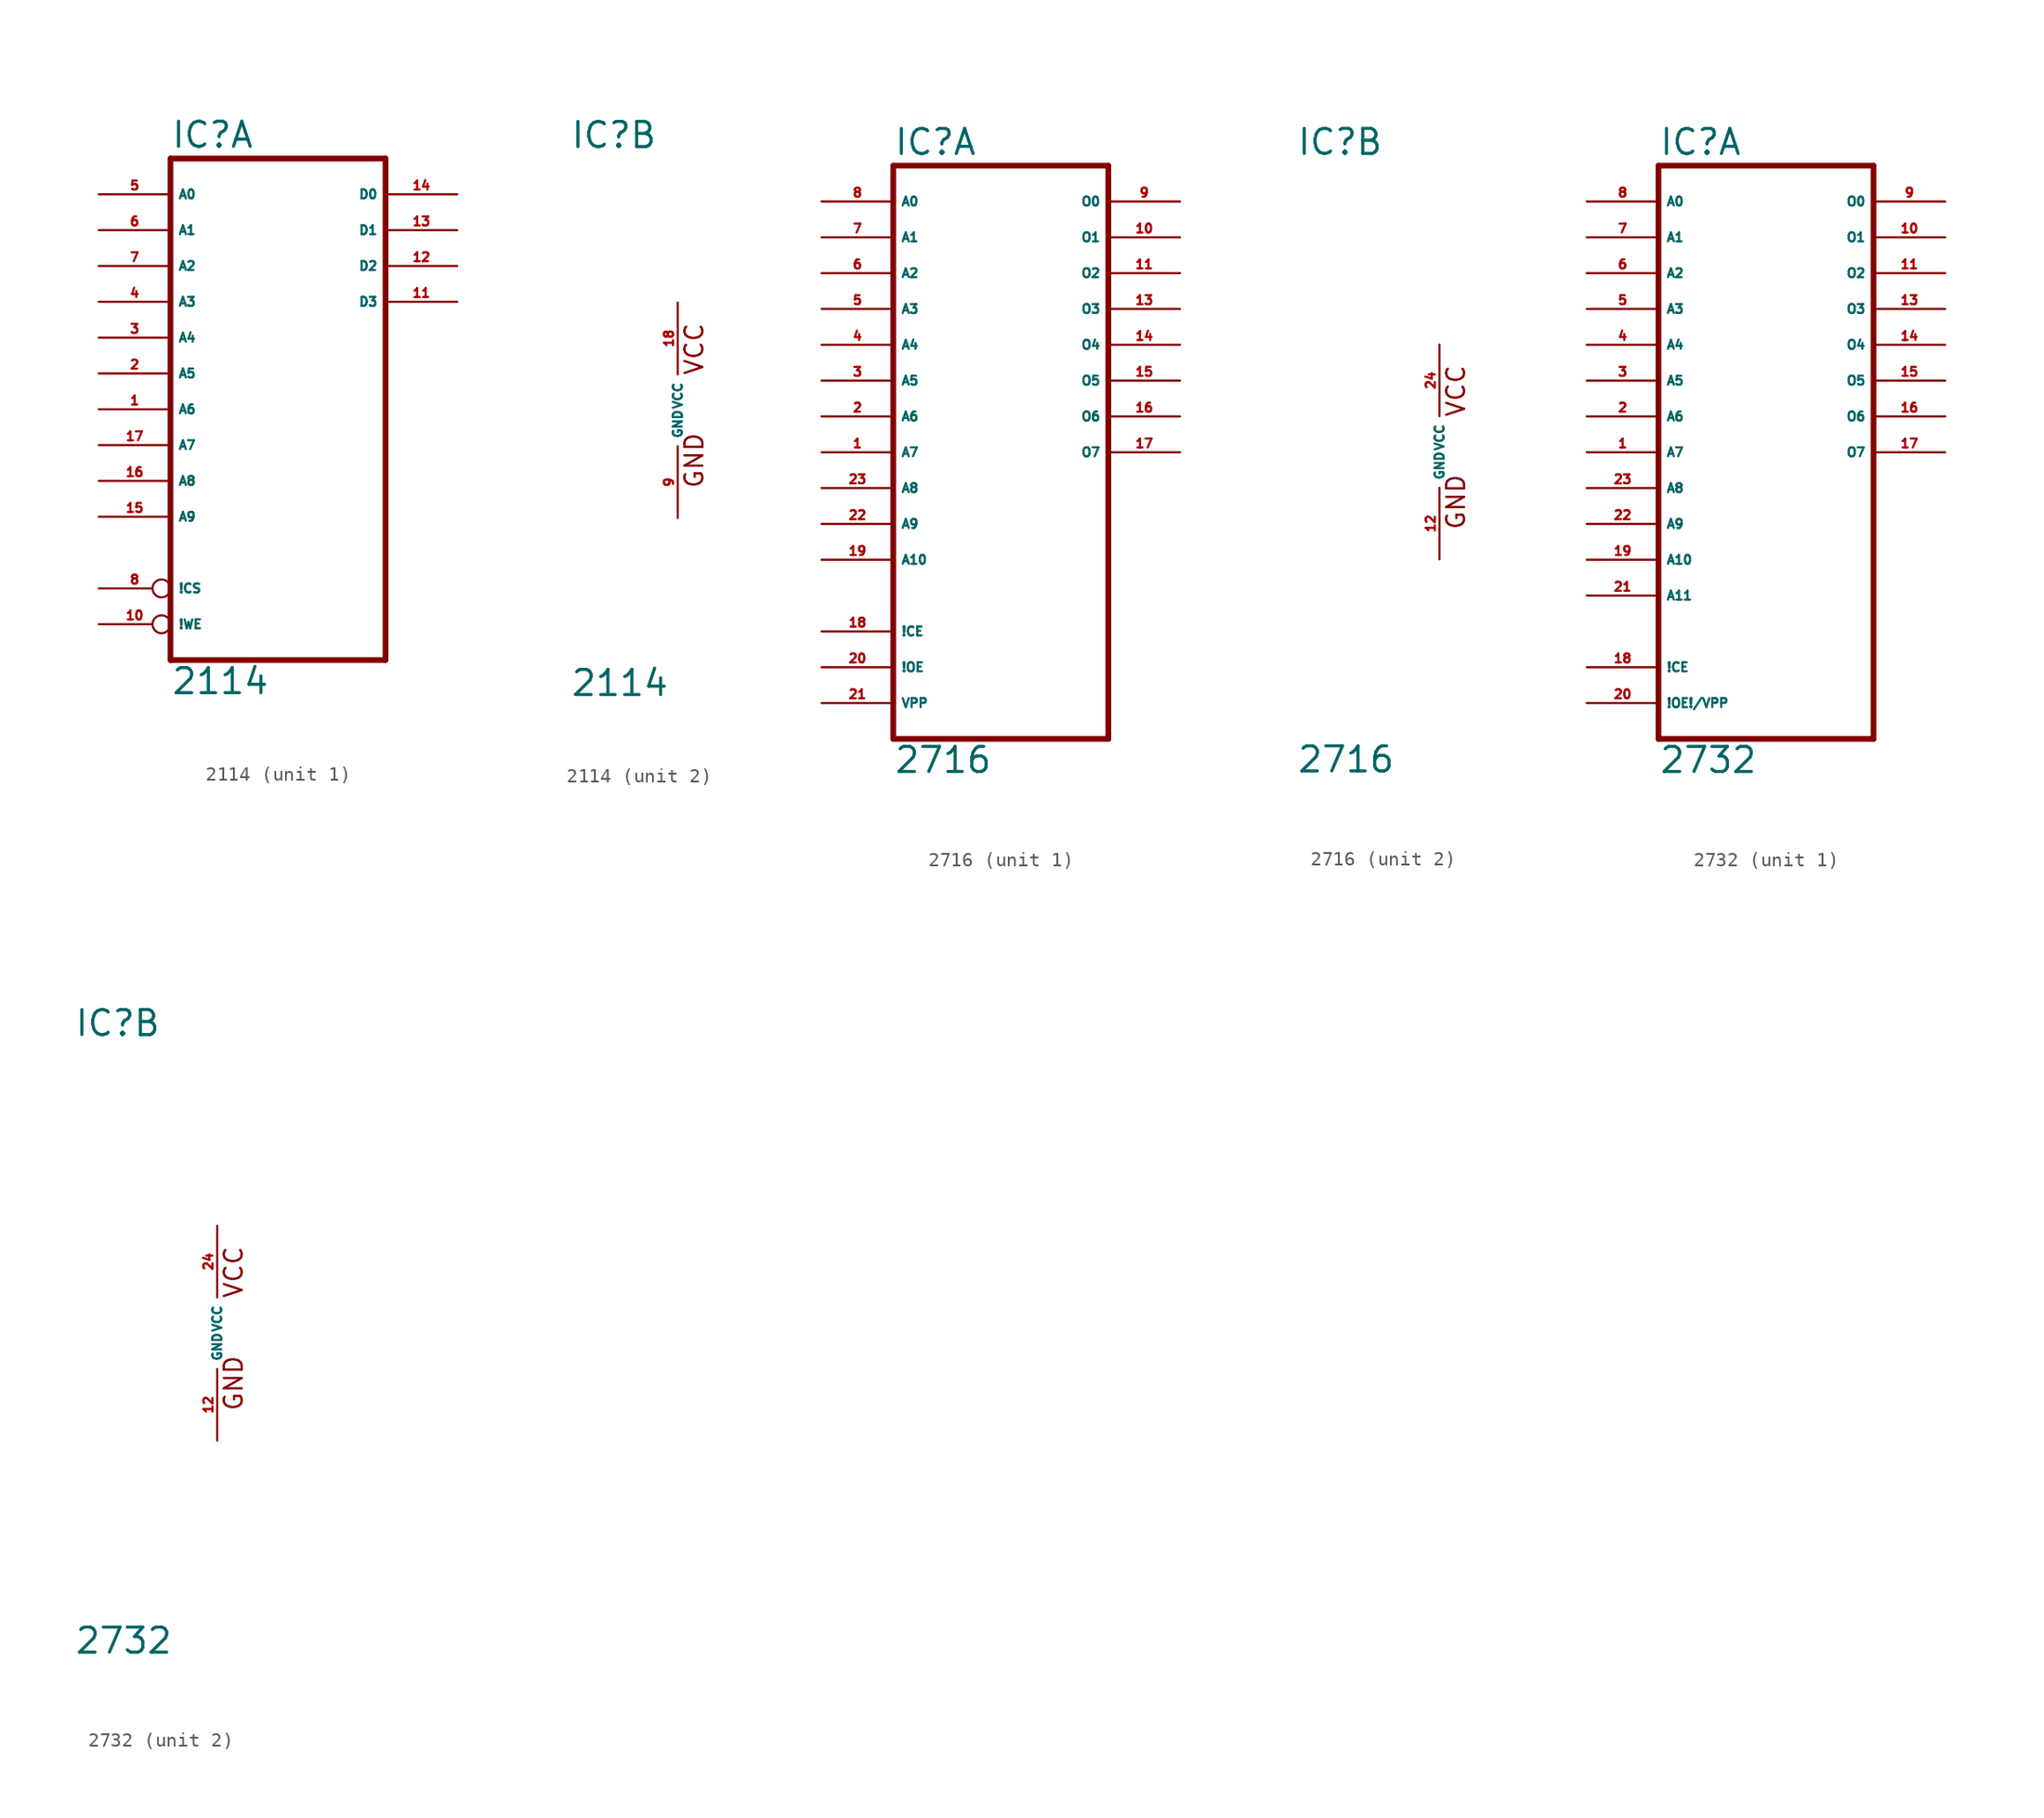
<source format=kicad_sym>
(kicad_symbol_lib
  (version 20220914)
  (generator Eagle2Kicad)
  (symbol "2114"
    (property "Reference" "IC"
      (at -7.62 18.415 0)
      (effects (font (size 1.778 1.778) (thickness 0.22)) (justify left bottom)))
    (property "Value" "2114"
      (at -7.62 -20.32 0)
      (effects (font (size 1.778 1.778) (thickness 0.22)) (justify left bottom)))
    (symbol "2114_1_0"
      (polyline (pts (xy -7.62 -17.78) (xy 7.62 -17.78)) (stroke (width 0.406) (type default)) (fill (type none)))
      (polyline (pts (xy 7.62 -17.78) (xy 7.62 17.78)) (stroke (width 0.406) (type default)) (fill (type none)))
      (polyline (pts (xy 7.62 17.78) (xy -7.62 17.78)) (stroke (width 0.406) (type default)) (fill (type none)))
      (polyline (pts (xy -7.62 17.78) (xy -7.62 -17.78)) (stroke (width 0.406) (type default)) (fill (type none)))
      (pin input line (at -12.7 0 0) (length 5.08) (name "A6" (effects (font (size 0.635 0.635) (thickness 0.08)) (justify left bottom))) (number "1" (effects (font (size 0.635 0.635) (thickness 0.08)) (justify left bottom))))
      (pin input line (at -12.7 2.54 0) (length 5.08) (name "A5" (effects (font (size 0.635 0.635) (thickness 0.08)) (justify left bottom))) (number "2" (effects (font (size 0.635 0.635) (thickness 0.08)) (justify left bottom))))
      (pin input line (at -12.7 5.08 0) (length 5.08) (name "A4" (effects (font (size 0.635 0.635) (thickness 0.08)) (justify left bottom))) (number "3" (effects (font (size 0.635 0.635) (thickness 0.08)) (justify left bottom))))
      (pin input line (at -12.7 7.62 0) (length 5.08) (name "A3" (effects (font (size 0.635 0.635) (thickness 0.08)) (justify left bottom))) (number "4" (effects (font (size 0.635 0.635) (thickness 0.08)) (justify left bottom))))
      (pin input line (at -12.7 15.24 0) (length 5.08) (name "A0" (effects (font (size 0.635 0.635) (thickness 0.08)) (justify left bottom))) (number "5" (effects (font (size 0.635 0.635) (thickness 0.08)) (justify left bottom))))
      (pin input line (at -12.7 12.7 0) (length 5.08) (name "A1" (effects (font (size 0.635 0.635) (thickness 0.08)) (justify left bottom))) (number "6" (effects (font (size 0.635 0.635) (thickness 0.08)) (justify left bottom))))
      (pin input line (at -12.7 10.16 0) (length 5.08) (name "A2" (effects (font (size 0.635 0.635) (thickness 0.08)) (justify left bottom))) (number "7" (effects (font (size 0.635 0.635) (thickness 0.08)) (justify left bottom))))
      (pin input inverted (at -12.7 -12.7 0) (length 5.08) (name "!CS" (effects (font (size 0.635 0.635) (thickness 0.08)) (justify left bottom))) (number "8" (effects (font (size 0.635 0.635) (thickness 0.08)) (justify left bottom))))
      (pin input inverted (at -12.7 -15.24 0) (length 5.08) (name "!WE" (effects (font (size 0.635 0.635) (thickness 0.08)) (justify left bottom))) (number "10" (effects (font (size 0.635 0.635) (thickness 0.08)) (justify left bottom))))
      (pin bidirectional line (at 12.7 7.62 180) (length 5.08) (name "D3" (effects (font (size 0.635 0.635) (thickness 0.08)) (justify left bottom))) (number "11" (effects (font (size 0.635 0.635) (thickness 0.08)) (justify left bottom))))
      (pin bidirectional line (at 12.7 10.16 180) (length 5.08) (name "D2" (effects (font (size 0.635 0.635) (thickness 0.08)) (justify left bottom))) (number "12" (effects (font (size 0.635 0.635) (thickness 0.08)) (justify left bottom))))
      (pin bidirectional line (at 12.7 12.7 180) (length 5.08) (name "D1" (effects (font (size 0.635 0.635) (thickness 0.08)) (justify left bottom))) (number "13" (effects (font (size 0.635 0.635) (thickness 0.08)) (justify left bottom))))
      (pin bidirectional line (at 12.7 15.24 180) (length 5.08) (name "D0" (effects (font (size 0.635 0.635) (thickness 0.08)) (justify left bottom))) (number "14" (effects (font (size 0.635 0.635) (thickness 0.08)) (justify left bottom))))
      (pin input line (at -12.7 -7.62 0) (length 5.08) (name "A9" (effects (font (size 0.635 0.635) (thickness 0.08)) (justify left bottom))) (number "15" (effects (font (size 0.635 0.635) (thickness 0.08)) (justify left bottom))))
      (pin input line (at -12.7 -5.08 0) (length 5.08) (name "A8" (effects (font (size 0.635 0.635) (thickness 0.08)) (justify left bottom))) (number "16" (effects (font (size 0.635 0.635) (thickness 0.08)) (justify left bottom))))
      (pin input line (at -12.7 -2.54 0) (length 5.08) (name "A7" (effects (font (size 0.635 0.635) (thickness 0.08)) (justify left bottom))) (number "17" (effects (font (size 0.635 0.635) (thickness 0.08)) (justify left bottom)))))
    (symbol "2114_2_0"
      (text "GND" (at 1.905 -5.588 900) (effects (font (size 1.27 1.27) (thickness 0.16)) (justify left bottom)))
      (text "VCC" (at 1.905 2.413 900) (effects (font (size 1.27 1.27) (thickness 0.16)) (justify left bottom)))
      (pin unspecified line (at 0 -7.62 90) (length 5.08) (name "GND" (effects (font (size 0.635 0.635) (thickness 0.08)) (justify left bottom))) (number "9" (effects (font (size 0.635 0.635) (thickness 0.08)) (justify left bottom))))
      (pin unspecified line (at 0 7.62 270) (length 5.08) (name "VCC" (effects (font (size 0.635 0.635) (thickness 0.08)) (justify left bottom))) (number "18" (effects (font (size 0.635 0.635) (thickness 0.08)) (justify left bottom))))))
  (symbol "2716"
    (property "Reference" "IC"
      (at -10.16 20.955 0)
      (effects (font (size 1.778 1.778) (thickness 0.22)) (justify left bottom)))
    (property "Value" "2716"
      (at -10.16 -22.86 0)
      (effects (font (size 1.778 1.778) (thickness 0.22)) (justify left bottom)))
    (symbol "2716_1_0"
      (polyline (pts (xy -10.16 -20.32) (xy 5.08 -20.32)) (stroke (width 0.406) (type default)) (fill (type none)))
      (polyline (pts (xy 5.08 -20.32) (xy 5.08 20.32)) (stroke (width 0.406) (type default)) (fill (type none)))
      (polyline (pts (xy 5.08 20.32) (xy -10.16 20.32)) (stroke (width 0.406) (type default)) (fill (type none)))
      (polyline (pts (xy -10.16 20.32) (xy -10.16 -20.32)) (stroke (width 0.406) (type default)) (fill (type none)))
      (pin input line (at -15.24 0 0) (length 5.08) (name "A7" (effects (font (size 0.635 0.635) (thickness 0.08)) (justify left bottom))) (number "1" (effects (font (size 0.635 0.635) (thickness 0.08)) (justify left bottom))))
      (pin input line (at -15.24 2.54 0) (length 5.08) (name "A6" (effects (font (size 0.635 0.635) (thickness 0.08)) (justify left bottom))) (number "2" (effects (font (size 0.635 0.635) (thickness 0.08)) (justify left bottom))))
      (pin input line (at -15.24 5.08 0) (length 5.08) (name "A5" (effects (font (size 0.635 0.635) (thickness 0.08)) (justify left bottom))) (number "3" (effects (font (size 0.635 0.635) (thickness 0.08)) (justify left bottom))))
      (pin input line (at -15.24 7.62 0) (length 5.08) (name "A4" (effects (font (size 0.635 0.635) (thickness 0.08)) (justify left bottom))) (number "4" (effects (font (size 0.635 0.635) (thickness 0.08)) (justify left bottom))))
      (pin input line (at -15.24 10.16 0) (length 5.08) (name "A3" (effects (font (size 0.635 0.635) (thickness 0.08)) (justify left bottom))) (number "5" (effects (font (size 0.635 0.635) (thickness 0.08)) (justify left bottom))))
      (pin input line (at -15.24 12.7 0) (length 5.08) (name "A2" (effects (font (size 0.635 0.635) (thickness 0.08)) (justify left bottom))) (number "6" (effects (font (size 0.635 0.635) (thickness 0.08)) (justify left bottom))))
      (pin input line (at -15.24 15.24 0) (length 5.08) (name "A1" (effects (font (size 0.635 0.635) (thickness 0.08)) (justify left bottom))) (number "7" (effects (font (size 0.635 0.635) (thickness 0.08)) (justify left bottom))))
      (pin input line (at -15.24 17.78 0) (length 5.08) (name "A0" (effects (font (size 0.635 0.635) (thickness 0.08)) (justify left bottom))) (number "8" (effects (font (size 0.635 0.635) (thickness 0.08)) (justify left bottom))))
      (pin tri_state line (at 10.16 17.78 180) (length 5.08) (name "O0" (effects (font (size 0.635 0.635) (thickness 0.08)) (justify left bottom))) (number "9" (effects (font (size 0.635 0.635) (thickness 0.08)) (justify left bottom))))
      (pin tri_state line (at 10.16 15.24 180) (length 5.08) (name "O1" (effects (font (size 0.635 0.635) (thickness 0.08)) (justify left bottom))) (number "10" (effects (font (size 0.635 0.635) (thickness 0.08)) (justify left bottom))))
      (pin tri_state line (at 10.16 12.7 180) (length 5.08) (name "O2" (effects (font (size 0.635 0.635) (thickness 0.08)) (justify left bottom))) (number "11" (effects (font (size 0.635 0.635) (thickness 0.08)) (justify left bottom))))
      (pin tri_state line (at 10.16 10.16 180) (length 5.08) (name "O3" (effects (font (size 0.635 0.635) (thickness 0.08)) (justify left bottom))) (number "13" (effects (font (size 0.635 0.635) (thickness 0.08)) (justify left bottom))))
      (pin tri_state line (at 10.16 7.62 180) (length 5.08) (name "O4" (effects (font (size 0.635 0.635) (thickness 0.08)) (justify left bottom))) (number "14" (effects (font (size 0.635 0.635) (thickness 0.08)) (justify left bottom))))
      (pin tri_state line (at 10.16 5.08 180) (length 5.08) (name "O5" (effects (font (size 0.635 0.635) (thickness 0.08)) (justify left bottom))) (number "15" (effects (font (size 0.635 0.635) (thickness 0.08)) (justify left bottom))))
      (pin tri_state line (at 10.16 2.54 180) (length 5.08) (name "O6" (effects (font (size 0.635 0.635) (thickness 0.08)) (justify left bottom))) (number "16" (effects (font (size 0.635 0.635) (thickness 0.08)) (justify left bottom))))
      (pin tri_state line (at 10.16 0 180) (length 5.08) (name "O7" (effects (font (size 0.635 0.635) (thickness 0.08)) (justify left bottom))) (number "17" (effects (font (size 0.635 0.635) (thickness 0.08)) (justify left bottom))))
      (pin input line (at -15.24 -12.7 0) (length 5.08) (name "!CE" (effects (font (size 0.635 0.635) (thickness 0.08)) (justify left bottom))) (number "18" (effects (font (size 0.635 0.635) (thickness 0.08)) (justify left bottom))))
      (pin input line (at -15.24 -7.62 0) (length 5.08) (name "A10" (effects (font (size 0.635 0.635) (thickness 0.08)) (justify left bottom))) (number "19" (effects (font (size 0.635 0.635) (thickness 0.08)) (justify left bottom))))
      (pin input line (at -15.24 -15.24 0) (length 5.08) (name "!OE" (effects (font (size 0.635 0.635) (thickness 0.08)) (justify left bottom))) (number "20" (effects (font (size 0.635 0.635) (thickness 0.08)) (justify left bottom))))
      (pin input line (at -15.24 -17.78 0) (length 5.08) (name "VPP" (effects (font (size 0.635 0.635) (thickness 0.08)) (justify left bottom))) (number "21" (effects (font (size 0.635 0.635) (thickness 0.08)) (justify left bottom))))
      (pin input line (at -15.24 -5.08 0) (length 5.08) (name "A9" (effects (font (size 0.635 0.635) (thickness 0.08)) (justify left bottom))) (number "22" (effects (font (size 0.635 0.635) (thickness 0.08)) (justify left bottom))))
      (pin input line (at -15.24 -2.54 0) (length 5.08) (name "A8" (effects (font (size 0.635 0.635) (thickness 0.08)) (justify left bottom))) (number "23" (effects (font (size 0.635 0.635) (thickness 0.08)) (justify left bottom)))))
    (symbol "2716_2_0"
      (text "GND" (at 1.905 -5.588 900) (effects (font (size 1.27 1.27) (thickness 0.16)) (justify left bottom)))
      (text "VCC" (at 1.905 2.413 900) (effects (font (size 1.27 1.27) (thickness 0.16)) (justify left bottom)))
      (pin unspecified line (at 0 -7.62 90) (length 5.08) (name "GND" (effects (font (size 0.635 0.635) (thickness 0.08)) (justify left bottom))) (number "12" (effects (font (size 0.635 0.635) (thickness 0.08)) (justify left bottom))))
      (pin unspecified line (at 0 7.62 270) (length 5.08) (name "VCC" (effects (font (size 0.635 0.635) (thickness 0.08)) (justify left bottom))) (number "24" (effects (font (size 0.635 0.635) (thickness 0.08)) (justify left bottom))))))
  (symbol "2732"
    (property "Reference" "IC"
      (at -10.16 20.955 0)
      (effects (font (size 1.778 1.778) (thickness 0.22)) (justify left bottom)))
    (property "Value" "2732"
      (at -10.16 -22.86 0)
      (effects (font (size 1.778 1.778) (thickness 0.22)) (justify left bottom)))
    (symbol "2732_1_0"
      (polyline (pts (xy -10.16 -20.32) (xy 5.08 -20.32)) (stroke (width 0.406) (type default)) (fill (type none)))
      (polyline (pts (xy 5.08 -20.32) (xy 5.08 20.32)) (stroke (width 0.406) (type default)) (fill (type none)))
      (polyline (pts (xy 5.08 20.32) (xy -10.16 20.32)) (stroke (width 0.406) (type default)) (fill (type none)))
      (polyline (pts (xy -10.16 20.32) (xy -10.16 -20.32)) (stroke (width 0.406) (type default)) (fill (type none)))
      (pin input line (at -15.24 0 0) (length 5.08) (name "A7" (effects (font (size 0.635 0.635) (thickness 0.08)) (justify left bottom))) (number "1" (effects (font (size 0.635 0.635) (thickness 0.08)) (justify left bottom))))
      (pin input line (at -15.24 2.54 0) (length 5.08) (name "A6" (effects (font (size 0.635 0.635) (thickness 0.08)) (justify left bottom))) (number "2" (effects (font (size 0.635 0.635) (thickness 0.08)) (justify left bottom))))
      (pin input line (at -15.24 5.08 0) (length 5.08) (name "A5" (effects (font (size 0.635 0.635) (thickness 0.08)) (justify left bottom))) (number "3" (effects (font (size 0.635 0.635) (thickness 0.08)) (justify left bottom))))
      (pin input line (at -15.24 7.62 0) (length 5.08) (name "A4" (effects (font (size 0.635 0.635) (thickness 0.08)) (justify left bottom))) (number "4" (effects (font (size 0.635 0.635) (thickness 0.08)) (justify left bottom))))
      (pin input line (at -15.24 10.16 0) (length 5.08) (name "A3" (effects (font (size 0.635 0.635) (thickness 0.08)) (justify left bottom))) (number "5" (effects (font (size 0.635 0.635) (thickness 0.08)) (justify left bottom))))
      (pin input line (at -15.24 12.7 0) (length 5.08) (name "A2" (effects (font (size 0.635 0.635) (thickness 0.08)) (justify left bottom))) (number "6" (effects (font (size 0.635 0.635) (thickness 0.08)) (justify left bottom))))
      (pin input line (at -15.24 15.24 0) (length 5.08) (name "A1" (effects (font (size 0.635 0.635) (thickness 0.08)) (justify left bottom))) (number "7" (effects (font (size 0.635 0.635) (thickness 0.08)) (justify left bottom))))
      (pin input line (at -15.24 17.78 0) (length 5.08) (name "A0" (effects (font (size 0.635 0.635) (thickness 0.08)) (justify left bottom))) (number "8" (effects (font (size 0.635 0.635) (thickness 0.08)) (justify left bottom))))
      (pin tri_state line (at 10.16 17.78 180) (length 5.08) (name "O0" (effects (font (size 0.635 0.635) (thickness 0.08)) (justify left bottom))) (number "9" (effects (font (size 0.635 0.635) (thickness 0.08)) (justify left bottom))))
      (pin tri_state line (at 10.16 15.24 180) (length 5.08) (name "O1" (effects (font (size 0.635 0.635) (thickness 0.08)) (justify left bottom))) (number "10" (effects (font (size 0.635 0.635) (thickness 0.08)) (justify left bottom))))
      (pin tri_state line (at 10.16 12.7 180) (length 5.08) (name "O2" (effects (font (size 0.635 0.635) (thickness 0.08)) (justify left bottom))) (number "11" (effects (font (size 0.635 0.635) (thickness 0.08)) (justify left bottom))))
      (pin tri_state line (at 10.16 10.16 180) (length 5.08) (name "O3" (effects (font (size 0.635 0.635) (thickness 0.08)) (justify left bottom))) (number "13" (effects (font (size 0.635 0.635) (thickness 0.08)) (justify left bottom))))
      (pin tri_state line (at 10.16 7.62 180) (length 5.08) (name "O4" (effects (font (size 0.635 0.635) (thickness 0.08)) (justify left bottom))) (number "14" (effects (font (size 0.635 0.635) (thickness 0.08)) (justify left bottom))))
      (pin tri_state line (at 10.16 5.08 180) (length 5.08) (name "O5" (effects (font (size 0.635 0.635) (thickness 0.08)) (justify left bottom))) (number "15" (effects (font (size 0.635 0.635) (thickness 0.08)) (justify left bottom))))
      (pin tri_state line (at 10.16 2.54 180) (length 5.08) (name "O6" (effects (font (size 0.635 0.635) (thickness 0.08)) (justify left bottom))) (number "16" (effects (font (size 0.635 0.635) (thickness 0.08)) (justify left bottom))))
      (pin tri_state line (at 10.16 0 180) (length 5.08) (name "O7" (effects (font (size 0.635 0.635) (thickness 0.08)) (justify left bottom))) (number "17" (effects (font (size 0.635 0.635) (thickness 0.08)) (justify left bottom))))
      (pin input line (at -15.24 -15.24 0) (length 5.08) (name "!CE" (effects (font (size 0.635 0.635) (thickness 0.08)) (justify left bottom))) (number "18" (effects (font (size 0.635 0.635) (thickness 0.08)) (justify left bottom))))
      (pin input line (at -15.24 -7.62 0) (length 5.08) (name "A10" (effects (font (size 0.635 0.635) (thickness 0.08)) (justify left bottom))) (number "19" (effects (font (size 0.635 0.635) (thickness 0.08)) (justify left bottom))))
      (pin input line (at -15.24 -17.78 0) (length 5.08) (name "!OE!/VPP" (effects (font (size 0.635 0.635) (thickness 0.08)) (justify left bottom))) (number "20" (effects (font (size 0.635 0.635) (thickness 0.08)) (justify left bottom))))
      (pin input line (at -15.24 -10.16 0) (length 5.08) (name "A11" (effects (font (size 0.635 0.635) (thickness 0.08)) (justify left bottom))) (number "21" (effects (font (size 0.635 0.635) (thickness 0.08)) (justify left bottom))))
      (pin input line (at -15.24 -5.08 0) (length 5.08) (name "A9" (effects (font (size 0.635 0.635) (thickness 0.08)) (justify left bottom))) (number "22" (effects (font (size 0.635 0.635) (thickness 0.08)) (justify left bottom))))
      (pin input line (at -15.24 -2.54 0) (length 5.08) (name "A8" (effects (font (size 0.635 0.635) (thickness 0.08)) (justify left bottom))) (number "23" (effects (font (size 0.635 0.635) (thickness 0.08)) (justify left bottom)))))
    (symbol "2732_2_0"
      (text "GND" (at 1.905 -5.588 900) (effects (font (size 1.27 1.27) (thickness 0.16)) (justify left bottom)))
      (text "VCC" (at 1.905 2.413 900) (effects (font (size 1.27 1.27) (thickness 0.16)) (justify left bottom)))
      (pin unspecified line (at 0 -7.62 90) (length 5.08) (name "GND" (effects (font (size 0.635 0.635) (thickness 0.08)) (justify left bottom))) (number "12" (effects (font (size 0.635 0.635) (thickness 0.08)) (justify left bottom))))
      (pin unspecified line (at 0 7.62 270) (length 5.08) (name "VCC" (effects (font (size 0.635 0.635) (thickness 0.08)) (justify left bottom))) (number "24" (effects (font (size 0.635 0.635) (thickness 0.08)) (justify left bottom)))))))
</source>
